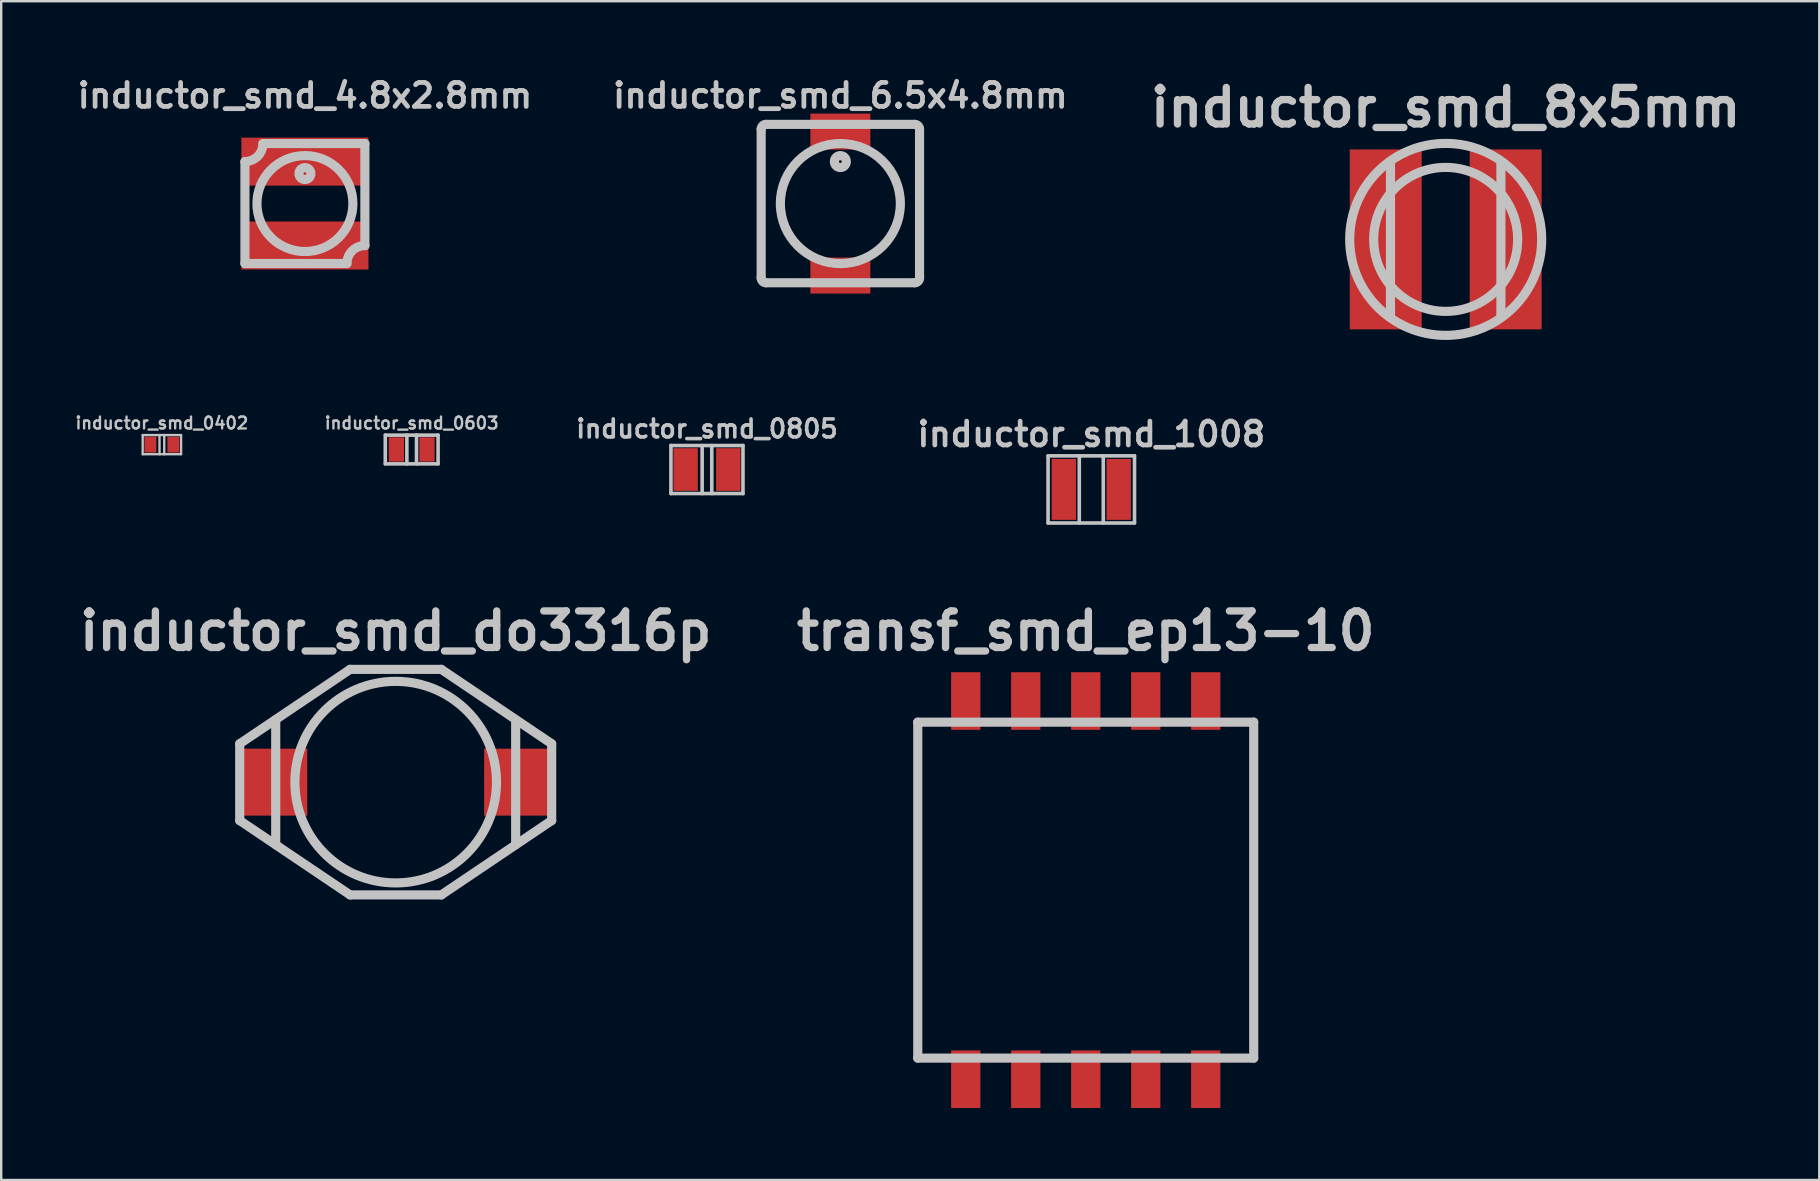
<source format=kicad_pcb>
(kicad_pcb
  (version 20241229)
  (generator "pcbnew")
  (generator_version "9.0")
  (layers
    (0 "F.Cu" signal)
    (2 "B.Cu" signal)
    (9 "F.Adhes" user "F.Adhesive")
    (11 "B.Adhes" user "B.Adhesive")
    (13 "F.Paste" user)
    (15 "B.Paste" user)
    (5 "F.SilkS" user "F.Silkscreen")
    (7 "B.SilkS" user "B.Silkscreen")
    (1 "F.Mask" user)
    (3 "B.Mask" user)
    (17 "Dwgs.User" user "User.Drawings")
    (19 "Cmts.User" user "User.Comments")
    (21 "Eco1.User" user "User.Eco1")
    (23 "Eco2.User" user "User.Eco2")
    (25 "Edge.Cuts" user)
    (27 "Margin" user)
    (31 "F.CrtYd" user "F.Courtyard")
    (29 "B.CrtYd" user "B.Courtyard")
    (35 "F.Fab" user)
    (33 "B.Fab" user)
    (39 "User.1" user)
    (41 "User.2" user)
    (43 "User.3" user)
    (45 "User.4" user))
  (footprint "inductor_smd_0603"
    (layer "F.Cu")
    (at 14.106 15.681)
    (property "Reference" "inductor_smd_0603" (at 0 -1.1 0) (layer "Dwgs.User") (effects (font (size 0.498 0.498) (thickness 0.099))))
    (attr through_hole)
    (fp_line (start -1.1 -0.599) (end 1.1 -0.599) (stroke (width 0.15) (type solid)) (layer "Dwgs.User"))
    (fp_line (start -1.1 0.599) (end -1.1 -0.599) (stroke (width 0.15) (type solid)) (layer "Dwgs.User"))
    (fp_line (start -0.201 -0.599) (end -0.201 0.599) (stroke (width 0.15) (type solid)) (layer "Dwgs.User"))
    (fp_line (start 0.201 0.599) (end 0.201 -0.599) (stroke (width 0.15) (type solid)) (layer "Dwgs.User"))
    (fp_line (start 1.1 -0.599) (end 1.1 0.599) (stroke (width 0.15) (type solid)) (layer "Dwgs.User"))
    (fp_line (start 1.1 0.599) (end -1.1 0.599) (stroke (width 0.15) (type solid)) (layer "Dwgs.User"))
    (pad "1" smd rect (at -0.638 0) (size 0.635 1.016) (layers "F.Cu" "F.Mask" "F.Paste"))
    (pad "2" smd rect (at 0.638 0) (size 0.635 1.016) (layers "F.Cu" "F.Mask" "F.Paste")))
  (footprint "inductor_smd_6.5x4.8mm"
    (layer "F.Cu")
    (at 31.97 5.433)
    (property "Reference" "inductor_smd_6.5x4.8mm" (at 0 -4.501 0) (layer "Dwgs.User") (effects (font (size 0.998 0.998) (thickness 0.198))))
    (attr through_hole)
    (fp_line (start -3.3 3.1) (end -3.3 -3.1) (stroke (width 0.381) (type solid)) (layer "Dwgs.User"))
    (fp_line (start -3.1 -3.3) (end 3.1 -3.3) (stroke (width 0.381) (type solid)) (layer "Dwgs.User"))
    (fp_line (start 3.1 3.3) (end -3.1 3.3) (stroke (width 0.381) (type solid)) (layer "Dwgs.User"))
    (fp_line (start 3.3 -3.1) (end 3.3 3.1) (stroke (width 0.381) (type solid)) (layer "Dwgs.User"))
    (fp_arc (start -3.3 -3.1) (mid -3.241421 -3.241421) (end -3.1 -3.3) (stroke (width 0.381) (type solid)) (layer "Dwgs.User"))
    (fp_arc (start -3.1 3.3) (mid -3.241421 3.241421) (end -3.3 3.1) (stroke (width 0.381) (type solid)) (layer "Dwgs.User"))
    (fp_arc (start 3.1 -3.3) (mid 3.241421 -3.241421) (end 3.3 -3.1) (stroke (width 0.381) (type solid)) (layer "Dwgs.User"))
    (fp_arc (start 3.3 3.1) (mid 3.241421 3.241421) (end 3.1 3.3) (stroke (width 0.381) (type solid)) (layer "Dwgs.User"))
    (fp_circle (center 0 -1.75) (end 0 -1.501) (stroke (width 0.381) (type solid)) (fill no) (layer "Dwgs.User"))
    (fp_circle (center 0 0) (end 2.5 0) (stroke (width 0.381) (type solid)) (fill no) (layer "Dwgs.User"))
    (pad "1" smd rect (at 0 -3) (size 2.5 1.5) (layers "F.Cu" "F.Mask" "F.Paste"))
    (pad "2" smd rect (at 0 3) (size 2.5 1.5) (layers "F.Cu" "F.Mask" "F.Paste")))
  (footprint "inductor_smd_4.8x2.8mm"
    (layer "F.Cu")
    (at 9.657 5.433)
    (property "Reference" "inductor_smd_4.8x2.8mm" (at 0 -4.501 0) (layer "Dwgs.User") (effects (font (size 0.998 0.998) (thickness 0.198))))
    (attr through_hole)
    (fp_line (start -2.499 2.499) (end -2.499 -1.75) (stroke (width 0.381) (type solid)) (layer "Dwgs.User"))
    (fp_line (start -1.75 -2.499) (end 2.499 -2.499) (stroke (width 0.381) (type solid)) (layer "Dwgs.User"))
    (fp_line (start 1.75 2.499) (end -2.499 2.499) (stroke (width 0.381) (type solid)) (layer "Dwgs.User"))
    (fp_line (start 2.499 -2.499) (end 2.499 1.75) (stroke (width 0.381) (type solid)) (layer "Dwgs.User"))
    (fp_arc (start -1.75006 -2.49936) (mid -1.969525 -1.969525) (end -2.49936 -1.75006) (stroke (width 0.381) (type solid)) (layer "Dwgs.User"))
    (fp_arc (start 1.75006 2.49936) (mid 1.969525 1.969525) (end 2.49936 1.75006) (stroke (width 0.381) (type solid)) (layer "Dwgs.User"))
    (fp_circle (center 0 -1.25) (end 0 -1.001) (stroke (width 0.381) (type solid)) (fill no) (layer "Dwgs.User"))
    (fp_circle (center 0 0) (end -1.999 0) (stroke (width 0.381) (type solid)) (fill no) (layer "Dwgs.User"))
    (pad "1" smd rect (at 0 -1.748) (size 5.296 1.999) (layers "F.Cu" "F.Mask" "F.Paste"))
    (pad "2" smd rect (at 0 1.748) (size 5.296 1.999) (layers "F.Cu" "F.Mask" "F.Paste")))
  (footprint "inductor_smd_8x5mm"
    (layer "F.Cu")
    (at 57.196 6.926)
    (property "Reference" "inductor_smd_8x5mm" (at 0 -5.499 0) (layer "Dwgs.User") (effects (font (size 1.524 1.524) (thickness 0.305))))
    (attr through_hole)
    (fp_line (start -2.301 -3.2) (end -2.301 3.2) (stroke (width 0.381) (type solid)) (layer "Dwgs.User"))
    (fp_line (start 2.301 3.2) (end 2.301 -3.2) (stroke (width 0.381) (type solid)) (layer "Dwgs.User"))
    (fp_circle (center 0 0) (end -4 0) (stroke (width 0.381) (type solid)) (fill no) (layer "Dwgs.User"))
    (fp_circle (center 0 0) (end -3 0) (stroke (width 0.381) (type solid)) (fill no) (layer "Dwgs.User"))
    (pad "1" smd rect (at -2.499 0) (size 2.997 7.498) (layers "F.Cu" "F.Mask" "F.Paste"))
    (pad "2" smd rect (at 2.499 0) (size 2.997 7.498) (layers "F.Cu" "F.Mask" "F.Paste")))
  (footprint "inductor_smd_do3316p"
    (layer "F.Cu")
    (at 13.44 29.544)
    (property "Reference" "inductor_smd_do3316p" (at 0 -6.3 0) (layer "Dwgs.User") (effects (font (size 1.524 1.524) (thickness 0.305))))
    (attr through_hole)
    (fp_line (start -6.5 -1.6) (end -6.5 1.6) (stroke (width 0.381) (type solid)) (layer "Dwgs.User"))
    (fp_line (start -6.5 -1.6) (end -1.9 -4.7) (stroke (width 0.381) (type solid)) (layer "Dwgs.User"))
    (fp_line (start -5 2.6) (end -5 -2.6) (stroke (width 0.381) (type solid)) (layer "Dwgs.User"))
    (fp_line (start -1.9 -4.7) (end 1.9 -4.7) (stroke (width 0.381) (type solid)) (layer "Dwgs.User"))
    (fp_line (start -1.9 4.7) (end -6.5 1.6) (stroke (width 0.381) (type solid)) (layer "Dwgs.User"))
    (fp_line (start -1.9 4.7) (end 1.9 4.7) (stroke (width 0.381) (type solid)) (layer "Dwgs.User"))
    (fp_line (start 1.9 -4.7) (end 6.5 -1.6) (stroke (width 0.381) (type solid)) (layer "Dwgs.User"))
    (fp_line (start 5 2.6) (end 5 -2.6) (stroke (width 0.381) (type solid)) (layer "Dwgs.User"))
    (fp_line (start 6.5 -1.6) (end 6.5 1.6) (stroke (width 0.381) (type solid)) (layer "Dwgs.User"))
    (fp_line (start 6.5 1.6) (end 1.9 4.7) (stroke (width 0.381) (type solid)) (layer "Dwgs.User"))
    (fp_circle (center 0 0) (end -4.2 0) (stroke (width 0.381) (type solid)) (fill no) (layer "Dwgs.User"))
    (pad "1" smd rect (at -5.145 0) (size 2.92 2.79) (layers "F.Cu" "F.Mask" "F.Paste"))
    (pad "2" smd rect (at 5.145 0) (size 2.92 2.79) (layers "F.Cu" "F.Mask" "F.Paste")))
  (footprint "inductor_smd_0805"
    (layer "F.Cu")
    (at 26.411 16.517)
    (property "Reference" "inductor_smd_0805" (at 0 -1.699 0) (layer "Dwgs.User") (effects (font (size 0.749 0.749) (thickness 0.15))))
    (attr through_hole)
    (fp_line (start -1.501 -1.001) (end 1.501 -1.001) (stroke (width 0.15) (type solid)) (layer "Dwgs.User"))
    (fp_line (start -1.501 1.001) (end -1.501 -1.001) (stroke (width 0.15) (type solid)) (layer "Dwgs.User"))
    (fp_line (start -0.201 -1.001) (end -0.201 1.001) (stroke (width 0.15) (type solid)) (layer "Dwgs.User"))
    (fp_line (start 0.201 1.001) (end 0.201 -1.001) (stroke (width 0.15) (type solid)) (layer "Dwgs.User"))
    (fp_line (start 1.501 -1.001) (end 1.501 1.001) (stroke (width 0.15) (type solid)) (layer "Dwgs.User"))
    (fp_line (start 1.501 1.001) (end -1.501 1.001) (stroke (width 0.15) (type solid)) (layer "Dwgs.User"))
    (pad "1" smd rect (at -0.889 0) (size 1.016 1.778) (layers "F.Cu" "F.Mask" "F.Paste"))
    (pad "2" smd rect (at 0.889 0) (size 1.016 1.778) (layers "F.Cu" "F.Mask" "F.Paste")))
  (footprint "inductor_smd_1008"
    (layer "F.Cu")
    (at 42.427 17.344)
    (property "Reference" "inductor_smd_1008" (at 0 -2.301 0) (layer "Dwgs.User") (effects (font (size 0.996 0.996) (thickness 0.196))))
    (attr through_hole)
    (fp_line (start -1.801 -1.397) (end 1.801 -1.397) (stroke (width 0.15) (type solid)) (layer "Dwgs.User"))
    (fp_line (start -1.801 1.4) (end -1.801 -1.4) (stroke (width 0.15) (type solid)) (layer "Dwgs.User"))
    (fp_line (start -0.5 -1.4) (end -0.5 1.4) (stroke (width 0.15) (type solid)) (layer "Dwgs.User"))
    (fp_line (start 0.5 1.4) (end 0.5 -1.4) (stroke (width 0.15) (type solid)) (layer "Dwgs.User"))
    (fp_line (start 1.801 -1.4) (end 1.801 1.4) (stroke (width 0.15) (type solid)) (layer "Dwgs.User"))
    (fp_line (start 1.801 1.4) (end -1.801 1.4) (stroke (width 0.15) (type solid)) (layer "Dwgs.User"))
    (pad "1" smd rect (at -1.143 0) (size 1.016 2.54) (layers "F.Cu" "F.Mask" "F.Paste"))
    (pad "2" smd rect (at 1.143 0) (size 1.016 2.54) (layers "F.Cu" "F.Mask" "F.Paste")))
  (footprint "transf_smd_ep13-10"
    (layer "F.Cu")
    (at 42.196 34.044)
    (property "Reference" "transf_smd_ep13-10" (at 0 -10.8 0) (layer "Dwgs.User") (effects (font (size 1.524 1.524) (thickness 0.305))))
    (attr through_hole)
    (fp_line (start -7 -7) (end -7 7) (stroke (width 0.381) (type solid)) (layer "Dwgs.User"))
    (fp_line (start -7 7) (end 7 7) (stroke (width 0.381) (type solid)) (layer "Dwgs.User"))
    (fp_line (start 7 -7) (end -7 -7) (stroke (width 0.381) (type solid)) (layer "Dwgs.User"))
    (fp_line (start 7 7) (end 7 -7) (stroke (width 0.381) (type solid)) (layer "Dwgs.User"))
    (pad "1" smd rect (at 5 7.88) (size 1.22 2.4) (layers "F.Cu" "F.Mask" "F.Paste"))
    (pad "2" smd rect (at 2.5 7.88) (size 1.22 2.4) (layers "F.Cu" "F.Mask" "F.Paste"))
    (pad "3" smd rect (at 0 7.88) (size 1.22 2.4) (layers "F.Cu" "F.Mask" "F.Paste"))
    (pad "4" smd rect (at -2.5 7.88) (size 1.22 2.4) (layers "F.Cu" "F.Mask" "F.Paste"))
    (pad "5" smd rect (at -5 7.88) (size 1.22 2.4) (layers "F.Cu" "F.Mask" "F.Paste"))
    (pad "6" smd rect (at -5 -7.88) (size 1.22 2.4) (layers "F.Cu" "F.Mask" "F.Paste"))
    (pad "7" smd rect (at -2.5 -7.88) (size 1.22 2.4) (layers "F.Cu" "F.Mask" "F.Paste"))
    (pad "8" smd rect (at 0 -7.88) (size 1.22 2.4) (layers "F.Cu" "F.Mask" "F.Paste"))
    (pad "9" smd rect (at 2.5 -7.88) (size 1.22 2.4) (layers "F.Cu" "F.Mask" "F.Paste"))
    (pad "10" smd rect (at 5 -7.88) (size 1.22 2.4) (layers "F.Cu" "F.Mask" "F.Paste")))
  (footprint "inductor_smd_0402"
    (layer "F.Cu")
    (at 3.696 15.479)
    (property "Reference" "inductor_smd_0402" (at 0 -0.899 0) (layer "Dwgs.User") (effects (font (size 0.495 0.495) (thickness 0.099))))
    (attr through_hole)
    (fp_line (start -0.8 -0.399) (end 0.8 -0.399) (stroke (width 0.099) (type solid)) (layer "Dwgs.User"))
    (fp_line (start -0.8 0.399) (end -0.8 -0.399) (stroke (width 0.099) (type solid)) (layer "Dwgs.User"))
    (fp_line (start -0.099 -0.399) (end -0.099 0.399) (stroke (width 0.099) (type solid)) (layer "Dwgs.User"))
    (fp_line (start 0.099 0.399) (end 0.099 -0.399) (stroke (width 0.099) (type solid)) (layer "Dwgs.User"))
    (fp_line (start 0.8 -0.399) (end 0.8 0.399) (stroke (width 0.099) (type solid)) (layer "Dwgs.User"))
    (fp_line (start 0.8 0.399) (end -0.8 0.399) (stroke (width 0.099) (type solid)) (layer "Dwgs.User"))
    (pad "1" smd rect (at -0.478 0) (size 0.495 0.658) (layers "F.Cu" "F.Mask" "F.Paste"))
    (pad "2" smd rect (at 0.478 0) (size 0.495 0.658) (layers "F.Cu" "F.Mask" "F.Paste")))
  (gr_rect
    (start -3 -3)
    (end 72.765 46.124)
    (stroke (width 0.1) (type default))
    (fill no)
    (layer "Edge.Cuts")))
</source>
